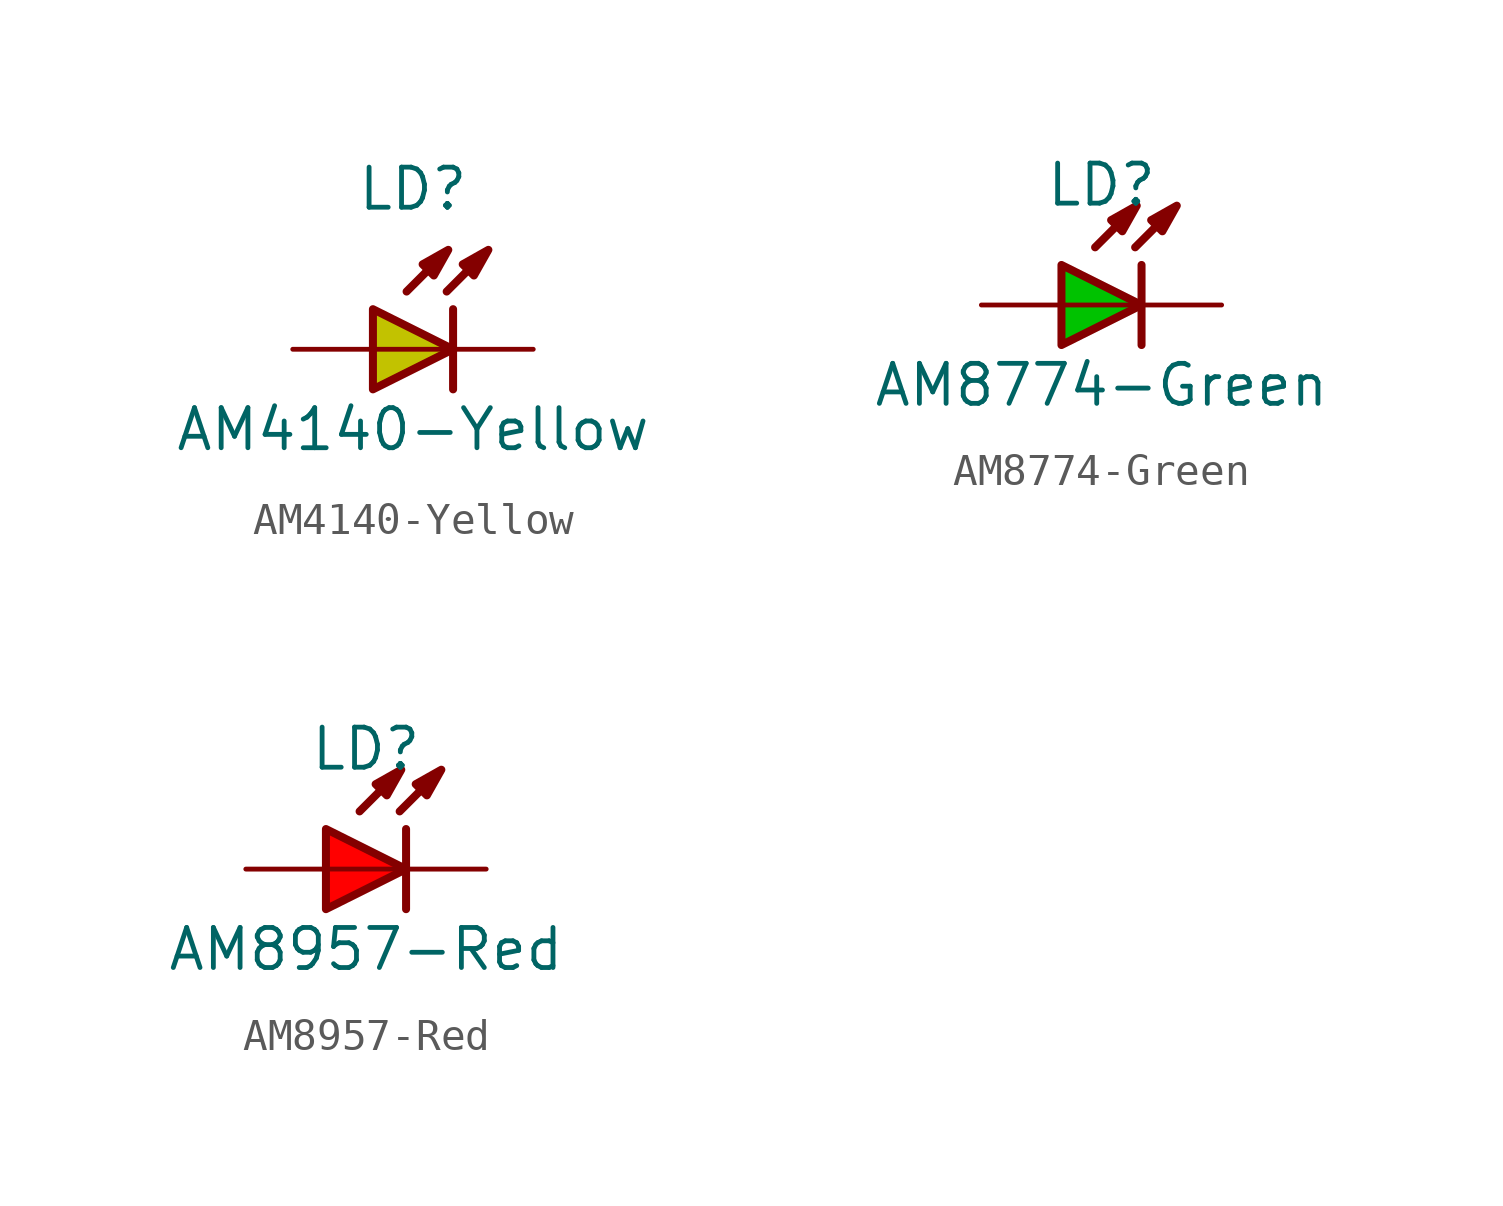
<source format=kicad_sym>
(kicad_symbol_lib
  (version 20220914)
  (generator kicad_symbol_editor)
  (symbol "AM4140-Yellow"
    (pin_numbers hide)
    (pin_names
      (offset 1.016) hide)
    (property "Reference" "LD"
      (at 0 5.08 0)
      (effects (font (size 1.27 1.27))))
    (property "Value" "AM4140-Yellow"
      (at 0 -2.54 0)
      (effects (font (size 1.27 1.27))))
    (symbol "AM4140-Yellow_0_0"
      (polyline (pts (xy -0.203 1.829) (xy 1.067 3.099)) (stroke (width 0.254) (type default)) (fill (type none)))
      (polyline (pts (xy 1.067 1.829) (xy 2.337 3.099)) (stroke (width 0.254) (type default)) (fill (type none)))
      (polyline (pts (xy 1.27 0) (xy -1.27 0)) (stroke (width 0.152) (type default)) (fill (type none)))
      (polyline (pts (xy 1.118 3.15) (xy 0.66 2.337) (xy 0.305 2.692) (xy 1.118 3.15)) (stroke (width 0.254) (type default)) (fill (type outline)))
      (polyline (pts (xy 2.388 3.15) (xy 1.93 2.337) (xy 1.575 2.692) (xy 2.388 3.15)) (stroke (width 0.254) (type default)) (fill (type outline))))
    (symbol "AM4140-Yellow_0_1"
      (polyline (pts (xy 1.27 1.27) (xy 1.27 -1.27)) (stroke (width 0.254) (type default)) (fill (type none)))
      (polyline (pts (xy -1.27 1.27) (xy -1.27 -1.27) (xy 1.27 0) (xy -1.27 1.27)) (stroke (width 0.254) (type default)) (fill (type color) (color 194 194 0 1))))
    (symbol "AM4140-Yellow_1_1"
      (pin passive line (at -3.81 0 0) (length 2.54) (name "A" (effects (font (size 1.27 1.27)))) (number "A" (effects (font (size 1.27 1.27)))))
      (pin passive line (at 3.81 0 180) (length 2.54) (name "C" (effects (font (size 1.27 1.27)))) (number "C" (effects (font (size 1.27 1.27)))))))
  (symbol "AM8774-Green"
    (pin_numbers hide)
    (pin_names
      (offset 1.016) hide)
    (property "Reference" "LD"
      (at 0 3.81 0)
      (effects (font (size 1.27 1.27))))
    (property "Value" "AM8774-Green"
      (at 0 -2.54 0)
      (effects (font (size 1.27 1.27))))
    (symbol "AM8774-Green_0_0"
      (polyline (pts (xy -0.203 1.829) (xy 1.067 3.099)) (stroke (width 0.254) (type default)) (fill (type none)))
      (polyline (pts (xy 1.067 1.829) (xy 2.337 3.099)) (stroke (width 0.254) (type default)) (fill (type none)))
      (polyline (pts (xy 1.27 0) (xy -1.27 0)) (stroke (width 0.152) (type default)) (fill (type none)))
      (polyline (pts (xy 1.118 3.15) (xy 0.66 2.337) (xy 0.305 2.692) (xy 1.118 3.15)) (stroke (width 0.254) (type default)) (fill (type outline)))
      (polyline (pts (xy 2.388 3.15) (xy 1.93 2.337) (xy 1.575 2.692) (xy 2.388 3.15)) (stroke (width 0.254) (type default)) (fill (type outline))))
    (symbol "AM8774-Green_0_1"
      (polyline (pts (xy 1.27 1.27) (xy 1.27 -1.27)) (stroke (width 0.254) (type default)) (fill (type none)))
      (polyline (pts (xy -1.27 1.27) (xy -1.27 -1.27) (xy 1.27 0) (xy -1.27 1.27)) (stroke (width 0.254) (type default)) (fill (type color) (color 0 194 0 1))))
    (symbol "AM8774-Green_1_1"
      (pin passive line (at -3.81 0 0) (length 2.54) (name "A" (effects (font (size 1.27 1.27)))) (number "A" (effects (font (size 1.27 1.27)))))
      (pin passive line (at 3.81 0 180) (length 2.54) (name "C" (effects (font (size 1.27 1.27)))) (number "C" (effects (font (size 1.27 1.27)))))))
  (symbol "AM8957-Red"
    (pin_numbers hide)
    (pin_names
      (offset 1.016) hide)
    (property "Reference" "LD"
      (at 0 3.81 0)
      (effects (font (size 1.27 1.27))))
    (property "Value" "AM8957-Red"
      (at 0 -2.54 0)
      (effects (font (size 1.27 1.27))))
    (symbol "AM8957-Red_0_0"
      (polyline (pts (xy -0.203 1.829) (xy 1.067 3.099)) (stroke (width 0.254) (type default)) (fill (type none)))
      (polyline (pts (xy 1.067 1.829) (xy 2.337 3.099)) (stroke (width 0.254) (type default)) (fill (type none)))
      (polyline (pts (xy 1.27 0) (xy -1.27 0)) (stroke (width 0.152) (type default)) (fill (type none)))
      (polyline (pts (xy 1.118 3.15) (xy 0.66 2.337) (xy 0.305 2.692) (xy 1.118 3.15)) (stroke (width 0.254) (type default)) (fill (type outline)))
      (polyline (pts (xy 2.388 3.15) (xy 1.93 2.337) (xy 1.575 2.692) (xy 2.388 3.15)) (stroke (width 0.254) (type default)) (fill (type outline))))
    (symbol "AM8957-Red_0_1"
      (polyline (pts (xy 1.27 1.27) (xy 1.27 -1.27)) (stroke (width 0.254) (type default)) (fill (type none)))
      (polyline (pts (xy -1.27 1.27) (xy -1.27 -1.27) (xy 1.27 0) (xy -1.27 1.27)) (stroke (width 0.254) (type default)) (fill (type color) (color 255 0 0 1))))
    (symbol "AM8957-Red_1_1"
      (pin passive line (at -3.81 0 0) (length 2.54) (name "A" (effects (font (size 1.27 1.27)))) (number "A" (effects (font (size 1.27 1.27)))))
      (pin passive line (at 3.81 0 180) (length 2.54) (name "C" (effects (font (size 1.27 1.27)))) (number "C" (effects (font (size 1.27 1.27))))))))
</source>
